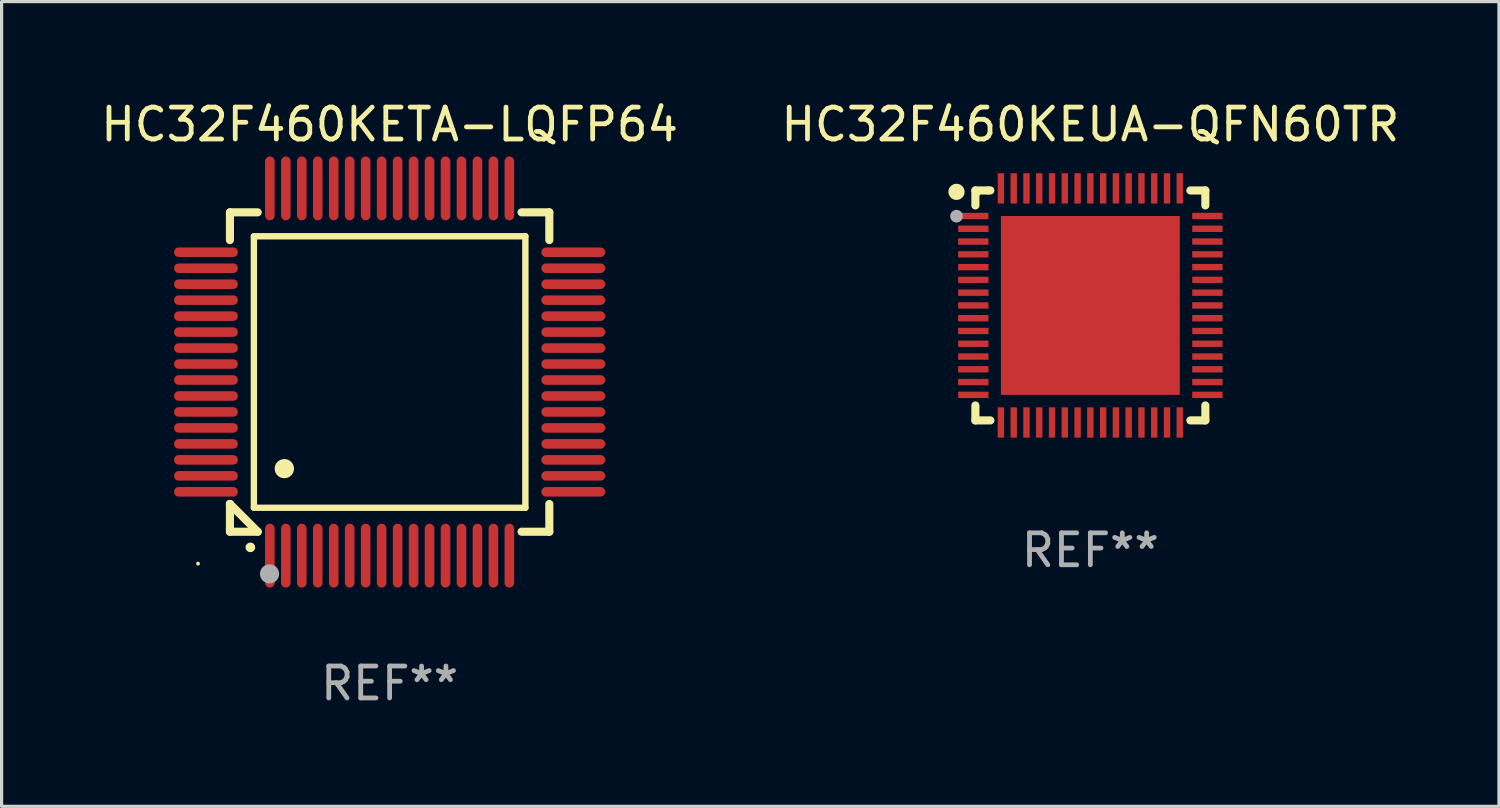
<source format=kicad_pcb>
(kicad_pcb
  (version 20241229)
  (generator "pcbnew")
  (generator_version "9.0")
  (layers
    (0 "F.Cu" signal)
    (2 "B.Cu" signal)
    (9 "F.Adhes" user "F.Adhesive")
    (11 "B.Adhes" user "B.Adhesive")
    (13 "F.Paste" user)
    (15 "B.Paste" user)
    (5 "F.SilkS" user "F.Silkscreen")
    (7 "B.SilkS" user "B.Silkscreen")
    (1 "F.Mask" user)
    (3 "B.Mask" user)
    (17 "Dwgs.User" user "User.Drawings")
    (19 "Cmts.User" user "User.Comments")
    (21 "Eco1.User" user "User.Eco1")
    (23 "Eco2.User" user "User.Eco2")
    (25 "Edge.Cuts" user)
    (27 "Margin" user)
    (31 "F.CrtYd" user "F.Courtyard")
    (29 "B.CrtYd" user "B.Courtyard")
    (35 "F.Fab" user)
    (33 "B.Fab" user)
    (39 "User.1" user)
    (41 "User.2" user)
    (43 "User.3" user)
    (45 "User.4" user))
  (footprint "HC32F460KEUA-QFN60TR"
    (layer "F.Cu")
    (at 31.089 6.513)
    (property "Reference" "HC32F460KEUA-QFN60TR" (at 0 -5.665 0) (layer "F.SilkS") (effects (font (size 1 1) (thickness 0.15))))
    (attr through_hole)
    (fp_line (start -3.6 -3.6) (end -3.6 -3.131) (stroke (width 0.254) (type solid)) (layer "F.SilkS"))
    (fp_line (start -3.6 3.131) (end -3.6 3.6) (stroke (width 0.254) (type solid)) (layer "F.SilkS"))
    (fp_line (start -3.6 3.6) (end -3.131 3.6) (stroke (width 0.254) (type solid)) (layer "F.SilkS"))
    (fp_line (start -3.2 -3.6) (end -3.6 -3.6) (stroke (width 0.254) (type solid)) (layer "F.SilkS"))
    (fp_line (start -3.131 -3.6) (end -3.2 -3.6) (stroke (width 0.254) (type solid)) (layer "F.SilkS"))
    (fp_line (start 3.131 3.6) (end 3.6 3.6) (stroke (width 0.254) (type solid)) (layer "F.SilkS"))
    (fp_line (start 3.6 -3.6) (end 3.131 -3.6) (stroke (width 0.254) (type solid)) (layer "F.SilkS"))
    (fp_line (start 3.6 -3.131) (end 3.6 -3.6) (stroke (width 0.254) (type solid)) (layer "F.SilkS"))
    (fp_line (start 3.6 3.6) (end 3.6 3.131) (stroke (width 0.254) (type solid)) (layer "F.SilkS"))
    (fp_circle (center -4.191 -3.556) (end -4.064 -3.556) (stroke (width 0.254) (type solid)) (fill no) (layer "F.SilkS"))
    (fp_circle (center -3.5 -3.5) (end -3.47 -3.5) (stroke (width 0.06) (type solid)) (fill no) (layer "F.SilkS"))
    (fp_circle (center -4.191 -2.794) (end -4.091 -2.794) (stroke (width 0.2) (type solid)) (fill no) (layer "F.Fab"))
    (fp_text user "REF**" (at 0 7.665 0) (layer "F.Fab") (effects (font (size 1 1) (thickness 0.15))))
    (pad "1" smd rect (at -3.665 -2.8) (size 0.95 0.2) (layers "F.Cu" "F.Mask" "F.Paste"))
    (pad "2" smd rect (at -3.665 -2.4) (size 0.95 0.2) (layers "F.Cu" "F.Mask" "F.Paste"))
    (pad "3" smd rect (at -3.665 -2) (size 0.95 0.2) (layers "F.Cu" "F.Mask" "F.Paste"))
    (pad "4" smd rect (at -3.665 -1.6) (size 0.95 0.2) (layers "F.Cu" "F.Mask" "F.Paste"))
    (pad "5" smd rect (at -3.665 -1.2) (size 0.95 0.2) (layers "F.Cu" "F.Mask" "F.Paste"))
    (pad "6" smd rect (at -3.665 -0.8) (size 0.95 0.2) (layers "F.Cu" "F.Mask" "F.Paste"))
    (pad "7" smd rect (at -3.665 -0.4) (size 0.95 0.2) (layers "F.Cu" "F.Mask" "F.Paste"))
    (pad "8" smd rect (at -3.665 0) (size 0.95 0.2) (layers "F.Cu" "F.Mask" "F.Paste"))
    (pad "9" smd rect (at -3.665 0.4) (size 0.95 0.2) (layers "F.Cu" "F.Mask" "F.Paste"))
    (pad "10" smd rect (at -3.665 0.8) (size 0.95 0.2) (layers "F.Cu" "F.Mask" "F.Paste"))
    (pad "11" smd rect (at -3.665 1.2) (size 0.95 0.2) (layers "F.Cu" "F.Mask" "F.Paste"))
    (pad "12" smd rect (at -3.665 1.6) (size 0.95 0.2) (layers "F.Cu" "F.Mask" "F.Paste"))
    (pad "13" smd rect (at -3.665 2) (size 0.95 0.2) (layers "F.Cu" "F.Mask" "F.Paste"))
    (pad "14" smd rect (at -3.665 2.4) (size 0.95 0.2) (layers "F.Cu" "F.Mask" "F.Paste"))
    (pad "15" smd rect (at -3.665 2.8) (size 0.95 0.2) (layers "F.Cu" "F.Mask" "F.Paste"))
    (pad "16" smd rect (at -2.8 3.665) (size 0.2 0.95) (layers "F.Cu" "F.Mask" "F.Paste"))
    (pad "17" smd rect (at -2.4 3.665) (size 0.2 0.95) (layers "F.Cu" "F.Mask" "F.Paste"))
    (pad "18" smd rect (at -2 3.665) (size 0.2 0.95) (layers "F.Cu" "F.Mask" "F.Paste"))
    (pad "19" smd rect (at -1.6 3.665) (size 0.2 0.95) (layers "F.Cu" "F.Mask" "F.Paste"))
    (pad "20" smd rect (at -1.2 3.665) (size 0.2 0.95) (layers "F.Cu" "F.Mask" "F.Paste"))
    (pad "21" smd rect (at -0.8 3.665) (size 0.2 0.95) (layers "F.Cu" "F.Mask" "F.Paste"))
    (pad "22" smd rect (at -0.4 3.665) (size 0.2 0.95) (layers "F.Cu" "F.Mask" "F.Paste"))
    (pad "23" smd rect (at 0 3.665) (size 0.2 0.95) (layers "F.Cu" "F.Mask" "F.Paste"))
    (pad "24" smd rect (at 0.4 3.665) (size 0.2 0.95) (layers "F.Cu" "F.Mask" "F.Paste"))
    (pad "25" smd rect (at 0.8 3.665) (size 0.2 0.95) (layers "F.Cu" "F.Mask" "F.Paste"))
    (pad "26" smd rect (at 1.2 3.665) (size 0.2 0.95) (layers "F.Cu" "F.Mask" "F.Paste"))
    (pad "27" smd rect (at 1.6 3.665) (size 0.2 0.95) (layers "F.Cu" "F.Mask" "F.Paste"))
    (pad "28" smd rect (at 2 3.665) (size 0.2 0.95) (layers "F.Cu" "F.Mask" "F.Paste"))
    (pad "29" smd rect (at 2.4 3.665) (size 0.2 0.95) (layers "F.Cu" "F.Mask" "F.Paste"))
    (pad "30" smd rect (at 2.8 3.665) (size 0.2 0.95) (layers "F.Cu" "F.Mask" "F.Paste"))
    (pad "31" smd rect (at 3.665 2.8) (size 0.95 0.2) (layers "F.Cu" "F.Mask" "F.Paste"))
    (pad "32" smd rect (at 3.665 2.4) (size 0.95 0.2) (layers "F.Cu" "F.Mask" "F.Paste"))
    (pad "33" smd rect (at 3.665 2) (size 0.95 0.2) (layers "F.Cu" "F.Mask" "F.Paste"))
    (pad "34" smd rect (at 3.665 1.6) (size 0.95 0.2) (layers "F.Cu" "F.Mask" "F.Paste"))
    (pad "35" smd rect (at 3.665 1.2) (size 0.95 0.2) (layers "F.Cu" "F.Mask" "F.Paste"))
    (pad "36" smd rect (at 3.665 0.8) (size 0.95 0.2) (layers "F.Cu" "F.Mask" "F.Paste"))
    (pad "37" smd rect (at 3.665 0.4) (size 0.95 0.2) (layers "F.Cu" "F.Mask" "F.Paste"))
    (pad "38" smd rect (at 3.665 0) (size 0.95 0.2) (layers "F.Cu" "F.Mask" "F.Paste"))
    (pad "39" smd rect (at 3.665 -0.4) (size 0.95 0.2) (layers "F.Cu" "F.Mask" "F.Paste"))
    (pad "40" smd rect (at 3.665 -0.8) (size 0.95 0.2) (layers "F.Cu" "F.Mask" "F.Paste"))
    (pad "41" smd rect (at 3.665 -1.2) (size 0.95 0.2) (layers "F.Cu" "F.Mask" "F.Paste"))
    (pad "42" smd rect (at 3.665 -1.6) (size 0.95 0.2) (layers "F.Cu" "F.Mask" "F.Paste"))
    (pad "43" smd rect (at 3.665 -2) (size 0.95 0.2) (layers "F.Cu" "F.Mask" "F.Paste"))
    (pad "44" smd rect (at 3.665 -2.4) (size 0.95 0.2) (layers "F.Cu" "F.Mask" "F.Paste"))
    (pad "45" smd rect (at 3.665 -2.8) (size 0.95 0.2) (layers "F.Cu" "F.Mask" "F.Paste"))
    (pad "46" smd rect (at 2.8 -3.665) (size 0.2 0.95) (layers "F.Cu" "F.Mask" "F.Paste"))
    (pad "47" smd rect (at 2.4 -3.665) (size 0.2 0.95) (layers "F.Cu" "F.Mask" "F.Paste"))
    (pad "48" smd rect (at 2 -3.665) (size 0.2 0.95) (layers "F.Cu" "F.Mask" "F.Paste"))
    (pad "49" smd rect (at 1.6 -3.665) (size 0.2 0.95) (layers "F.Cu" "F.Mask" "F.Paste"))
    (pad "50" smd rect (at 1.2 -3.665) (size 0.2 0.95) (layers "F.Cu" "F.Mask" "F.Paste"))
    (pad "51" smd rect (at 0.8 -3.665) (size 0.2 0.95) (layers "F.Cu" "F.Mask" "F.Paste"))
    (pad "52" smd rect (at 0.4 -3.665) (size 0.2 0.95) (layers "F.Cu" "F.Mask" "F.Paste"))
    (pad "53" smd rect (at 0 -3.665) (size 0.2 0.95) (layers "F.Cu" "F.Mask" "F.Paste"))
    (pad "54" smd rect (at -0.4 -3.665) (size 0.2 0.95) (layers "F.Cu" "F.Mask" "F.Paste"))
    (pad "55" smd rect (at -0.8 -3.665) (size 0.2 0.95) (layers "F.Cu" "F.Mask" "F.Paste"))
    (pad "56" smd rect (at -1.2 -3.665) (size 0.2 0.95) (layers "F.Cu" "F.Mask" "F.Paste"))
    (pad "57" smd rect (at -1.6 -3.665) (size 0.2 0.95) (layers "F.Cu" "F.Mask" "F.Paste"))
    (pad "58" smd rect (at -2 -3.665) (size 0.2 0.95) (layers "F.Cu" "F.Mask" "F.Paste"))
    (pad "59" smd rect (at -2.4 -3.665) (size 0.2 0.95) (layers "F.Cu" "F.Mask" "F.Paste"))
    (pad "60" smd rect (at -2.8 -3.665) (size 0.2 0.95) (layers "F.Cu" "F.Mask" "F.Paste"))
    (pad "61" smd rect (at 0 0) (size 5.6 5.6) (layers "F.Cu" "F.Mask" "F.Paste")))
  (footprint "HC32F460KETA-LQFP64"
    (layer "F.Cu")
    (at 9.149 8.598)
    (property "Reference" "HC32F460KETA-LQFP64" (at 0 -7.75 0) (layer "F.SilkS") (effects (font (size 1 1) (thickness 0.15))))
    (attr through_hole)
    (fp_line (start -5 -5) (end -4.131 -5) (stroke (width 0.254) (type solid)) (layer "F.SilkS"))
    (fp_line (start -5 -4.131) (end -5 -5) (stroke (width 0.254) (type solid)) (layer "F.SilkS"))
    (fp_line (start -5 4.131) (end -5 4.131) (stroke (width 0.254) (type solid)) (layer "F.SilkS"))
    (fp_line (start -5 5) (end -5 4.131) (stroke (width 0.254) (type solid)) (layer "F.SilkS"))
    (fp_line (start -5 4.131) (end -4.131 5) (stroke (width 0.254) (type solid)) (layer "F.SilkS"))
    (fp_line (start -4.25 -4.25) (end -4.25 4.25) (stroke (width 0.2) (type solid)) (layer "F.SilkS"))
    (fp_line (start -4.25 4.25) (end 4.25 4.25) (stroke (width 0.2) (type solid)) (layer "F.SilkS"))
    (fp_line (start -4.131 5) (end -5 5) (stroke (width 0.254) (type solid)) (layer "F.SilkS"))
    (fp_line (start 4.25 -4.25) (end -4.25 -4.25) (stroke (width 0.2) (type solid)) (layer "F.SilkS"))
    (fp_line (start 4.25 4.25) (end 4.25 -4.25) (stroke (width 0.2) (type solid)) (layer "F.SilkS"))
    (fp_line (start 5 -5) (end 4.131 -5) (stroke (width 0.254) (type solid)) (layer "F.SilkS"))
    (fp_line (start 5 -5) (end 5 -4.131) (stroke (width 0.254) (type solid)) (layer "F.SilkS"))
    (fp_line (start 5 4.131) (end 5 5) (stroke (width 0.254) (type solid)) (layer "F.SilkS"))
    (fp_line (start 5 5) (end 4.131 5) (stroke (width 0.254) (type solid)) (layer "F.SilkS"))
    (fp_arc (start -4.361265 5.489992) (mid -4.359995 5.489987) (end -4.358725 5.489992) (stroke (width 0.3) (type solid)) (layer "F.SilkS"))
    (fp_arc (start -3.299467 3.025146) (mid -3.296927 3.025135) (end -3.294387 3.025146) (stroke (width 0.6) (type solid)) (layer "F.SilkS"))
    (fp_circle (center -6 6) (end -5.97 6) (stroke (width 0.06) (type solid)) (fill no) (layer "F.SilkS"))
    (fp_circle (center -3.76 6.32) (end -3.61 6.32) (stroke (width 0.3) (type solid)) (fill no) (layer "F.Fab"))
    (fp_text user "REF**" (at 0 9.75 0) (layer "F.Fab") (effects (font (size 1 1) (thickness 0.15))))
    (pad "1" smd oval (at -3.75 5.75) (size 0.3 2) (layers "F.Cu" "F.Mask" "F.Paste"))
    (pad "2" smd oval (at -3.25 5.75) (size 0.3 2) (layers "F.Cu" "F.Mask" "F.Paste"))
    (pad "3" smd oval (at -2.75 5.75) (size 0.3 2) (layers "F.Cu" "F.Mask" "F.Paste"))
    (pad "4" smd oval (at -2.25 5.75) (size 0.3 2) (layers "F.Cu" "F.Mask" "F.Paste"))
    (pad "5" smd oval (at -1.75 5.75) (size 0.3 2) (layers "F.Cu" "F.Mask" "F.Paste"))
    (pad "6" smd oval (at -1.25 5.75) (size 0.3 2) (layers "F.Cu" "F.Mask" "F.Paste"))
    (pad "7" smd oval (at -0.75 5.75) (size 0.3 2) (layers "F.Cu" "F.Mask" "F.Paste"))
    (pad "8" smd oval (at -0.25 5.75) (size 0.3 2) (layers "F.Cu" "F.Mask" "F.Paste"))
    (pad "9" smd oval (at 0.25 5.75) (size 0.3 2) (layers "F.Cu" "F.Mask" "F.Paste"))
    (pad "10" smd oval (at 0.75 5.75) (size 0.3 2) (layers "F.Cu" "F.Mask" "F.Paste"))
    (pad "11" smd oval (at 1.25 5.75) (size 0.3 2) (layers "F.Cu" "F.Mask" "F.Paste"))
    (pad "12" smd oval (at 1.75 5.75) (size 0.3 2) (layers "F.Cu" "F.Mask" "F.Paste"))
    (pad "13" smd oval (at 2.25 5.75) (size 0.3 2) (layers "F.Cu" "F.Mask" "F.Paste"))
    (pad "14" smd oval (at 2.75 5.75) (size 0.3 2) (layers "F.Cu" "F.Mask" "F.Paste"))
    (pad "15" smd oval (at 3.25 5.75) (size 0.3 2) (layers "F.Cu" "F.Mask" "F.Paste"))
    (pad "16" smd oval (at 3.75 5.75) (size 0.3 2) (layers "F.Cu" "F.Mask" "F.Paste"))
    (pad "17" smd oval (at 5.75 3.75) (size 2 0.3) (layers "F.Cu" "F.Mask" "F.Paste"))
    (pad "18" smd oval (at 5.75 3.25) (size 2 0.3) (layers "F.Cu" "F.Mask" "F.Paste"))
    (pad "19" smd oval (at 5.75 2.75) (size 2 0.3) (layers "F.Cu" "F.Mask" "F.Paste"))
    (pad "20" smd oval (at 5.75 2.25) (size 2 0.3) (layers "F.Cu" "F.Mask" "F.Paste"))
    (pad "21" smd oval (at 5.75 1.75) (size 2 0.3) (layers "F.Cu" "F.Mask" "F.Paste"))
    (pad "22" smd oval (at 5.75 1.25) (size 2 0.3) (layers "F.Cu" "F.Mask" "F.Paste"))
    (pad "23" smd oval (at 5.75 0.75) (size 2 0.3) (layers "F.Cu" "F.Mask" "F.Paste"))
    (pad "24" smd oval (at 5.75 0.25) (size 2 0.3) (layers "F.Cu" "F.Mask" "F.Paste"))
    (pad "25" smd oval (at 5.75 -0.25) (size 2 0.3) (layers "F.Cu" "F.Mask" "F.Paste"))
    (pad "26" smd oval (at 5.75 -0.75) (size 2 0.3) (layers "F.Cu" "F.Mask" "F.Paste"))
    (pad "27" smd oval (at 5.75 -1.25) (size 2 0.3) (layers "F.Cu" "F.Mask" "F.Paste"))
    (pad "28" smd oval (at 5.75 -1.75) (size 2 0.3) (layers "F.Cu" "F.Mask" "F.Paste"))
    (pad "29" smd oval (at 5.75 -2.25) (size 2 0.3) (layers "F.Cu" "F.Mask" "F.Paste"))
    (pad "30" smd oval (at 5.75 -2.75) (size 2 0.3) (layers "F.Cu" "F.Mask" "F.Paste"))
    (pad "31" smd oval (at 5.75 -3.25) (size 2 0.3) (layers "F.Cu" "F.Mask" "F.Paste"))
    (pad "32" smd oval (at 5.75 -3.75) (size 2 0.3) (layers "F.Cu" "F.Mask" "F.Paste"))
    (pad "33" smd oval (at 3.75 -5.75) (size 0.3 2) (layers "F.Cu" "F.Mask" "F.Paste"))
    (pad "34" smd oval (at 3.25 -5.75) (size 0.3 2) (layers "F.Cu" "F.Mask" "F.Paste"))
    (pad "35" smd oval (at 2.75 -5.75) (size 0.3 2) (layers "F.Cu" "F.Mask" "F.Paste"))
    (pad "36" smd oval (at 2.25 -5.75) (size 0.3 2) (layers "F.Cu" "F.Mask" "F.Paste"))
    (pad "37" smd oval (at 1.75 -5.75) (size 0.3 2) (layers "F.Cu" "F.Mask" "F.Paste"))
    (pad "38" smd oval (at 1.25 -5.75) (size 0.3 2) (layers "F.Cu" "F.Mask" "F.Paste"))
    (pad "39" smd oval (at 0.75 -5.75) (size 0.3 2) (layers "F.Cu" "F.Mask" "F.Paste"))
    (pad "40" smd oval (at 0.25 -5.75) (size 0.3 2) (layers "F.Cu" "F.Mask" "F.Paste"))
    (pad "41" smd oval (at -0.25 -5.75) (size 0.3 2) (layers "F.Cu" "F.Mask" "F.Paste"))
    (pad "42" smd oval (at -0.75 -5.75) (size 0.3 2) (layers "F.Cu" "F.Mask" "F.Paste"))
    (pad "43" smd oval (at -1.25 -5.75) (size 0.3 2) (layers "F.Cu" "F.Mask" "F.Paste"))
    (pad "44" smd oval (at -1.75 -5.75) (size 0.3 2) (layers "F.Cu" "F.Mask" "F.Paste"))
    (pad "45" smd oval (at -2.25 -5.75) (size 0.3 2) (layers "F.Cu" "F.Mask" "F.Paste"))
    (pad "46" smd oval (at -2.75 -5.75) (size 0.3 2) (layers "F.Cu" "F.Mask" "F.Paste"))
    (pad "47" smd oval (at -3.25 -5.75) (size 0.3 2) (layers "F.Cu" "F.Mask" "F.Paste"))
    (pad "48" smd oval (at -3.75 -5.75) (size 0.3 2) (layers "F.Cu" "F.Mask" "F.Paste"))
    (pad "49" smd oval (at -5.75 -3.75) (size 2 0.3) (layers "F.Cu" "F.Mask" "F.Paste"))
    (pad "50" smd oval (at -5.75 -3.25) (size 2 0.3) (layers "F.Cu" "F.Mask" "F.Paste"))
    (pad "51" smd oval (at -5.75 -2.75) (size 2 0.3) (layers "F.Cu" "F.Mask" "F.Paste"))
    (pad "52" smd oval (at -5.75 -2.25) (size 2 0.3) (layers "F.Cu" "F.Mask" "F.Paste"))
    (pad "53" smd oval (at -5.75 -1.75) (size 2 0.3) (layers "F.Cu" "F.Mask" "F.Paste"))
    (pad "54" smd oval (at -5.75 -1.25) (size 2 0.3) (layers "F.Cu" "F.Mask" "F.Paste"))
    (pad "55" smd oval (at -5.75 -0.75) (size 2 0.3) (layers "F.Cu" "F.Mask" "F.Paste"))
    (pad "56" smd oval (at -5.75 -0.25) (size 2 0.3) (layers "F.Cu" "F.Mask" "F.Paste"))
    (pad "57" smd oval (at -5.75 0.25) (size 2 0.3) (layers "F.Cu" "F.Mask" "F.Paste"))
    (pad "58" smd oval (at -5.75 0.75) (size 2 0.3) (layers "F.Cu" "F.Mask" "F.Paste"))
    (pad "59" smd oval (at -5.75 1.25) (size 2 0.3) (layers "F.Cu" "F.Mask" "F.Paste"))
    (pad "60" smd oval (at -5.75 1.75) (size 2 0.3) (layers "F.Cu" "F.Mask" "F.Paste"))
    (pad "61" smd oval (at -5.75 2.25) (size 2 0.3) (layers "F.Cu" "F.Mask" "F.Paste"))
    (pad "62" smd oval (at -5.75 2.75) (size 2 0.3) (layers "F.Cu" "F.Mask" "F.Paste"))
    (pad "63" smd oval (at -5.75 3.25) (size 2 0.3) (layers "F.Cu" "F.Mask" "F.Paste"))
    (pad "64" smd oval (at -5.75 3.75) (size 2 0.3) (layers "F.Cu" "F.Mask" "F.Paste")))
  (gr_rect
    (start -3 -3)
    (end 43.881 22.196)
    (stroke (width 0.1) (type default))
    (fill no)
    (layer "Edge.Cuts")))
</source>
